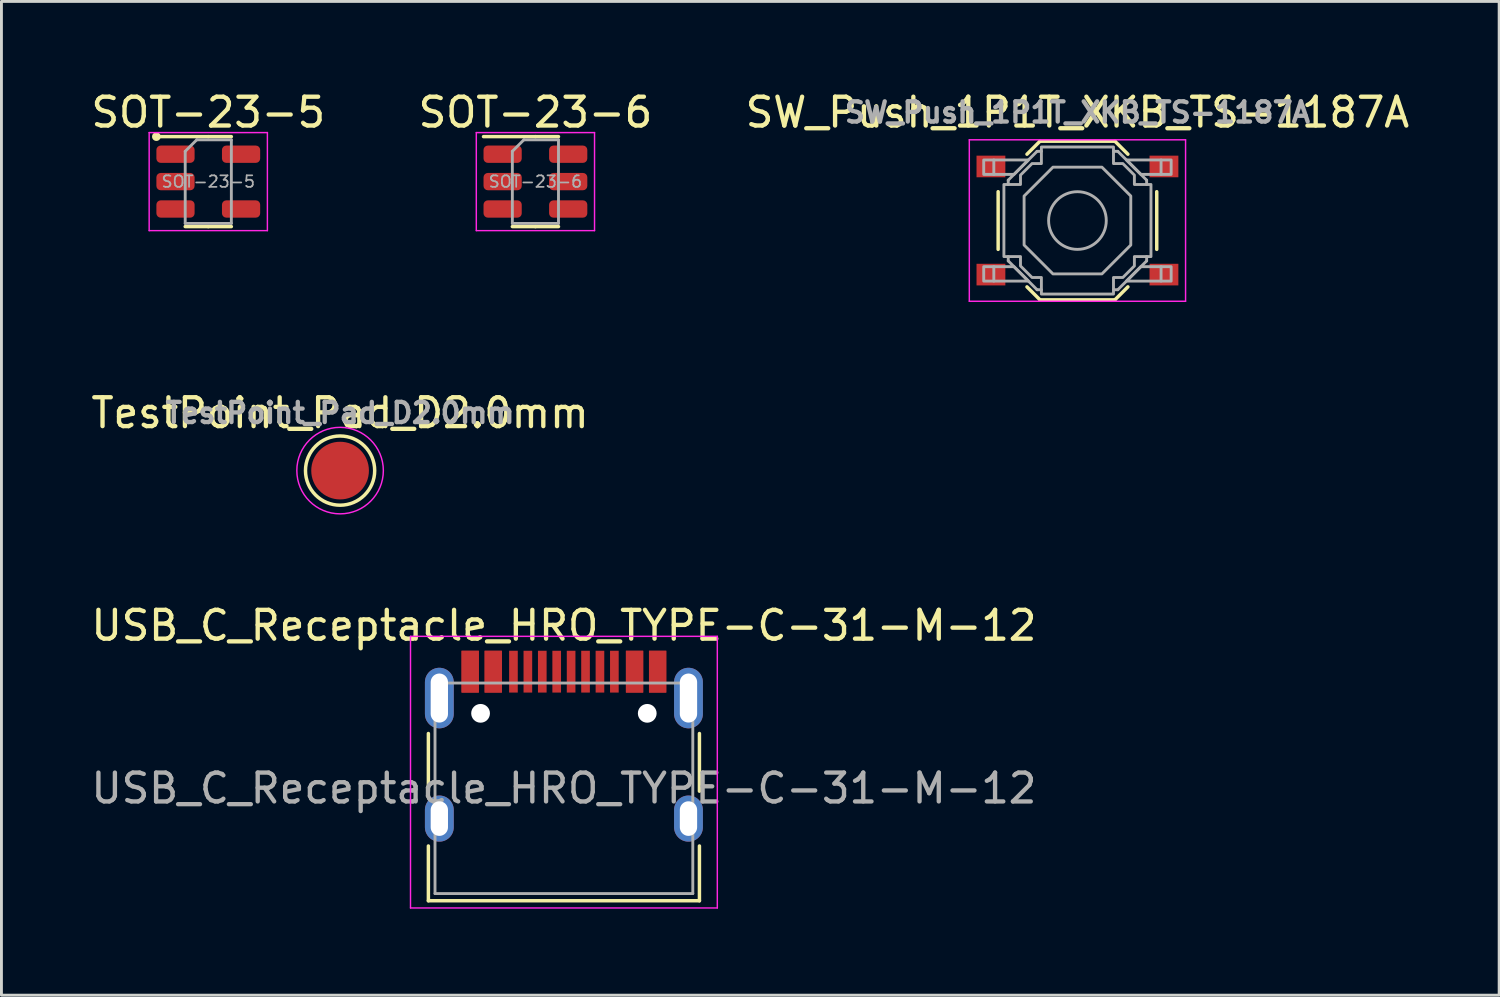
<source format=kicad_pcb>
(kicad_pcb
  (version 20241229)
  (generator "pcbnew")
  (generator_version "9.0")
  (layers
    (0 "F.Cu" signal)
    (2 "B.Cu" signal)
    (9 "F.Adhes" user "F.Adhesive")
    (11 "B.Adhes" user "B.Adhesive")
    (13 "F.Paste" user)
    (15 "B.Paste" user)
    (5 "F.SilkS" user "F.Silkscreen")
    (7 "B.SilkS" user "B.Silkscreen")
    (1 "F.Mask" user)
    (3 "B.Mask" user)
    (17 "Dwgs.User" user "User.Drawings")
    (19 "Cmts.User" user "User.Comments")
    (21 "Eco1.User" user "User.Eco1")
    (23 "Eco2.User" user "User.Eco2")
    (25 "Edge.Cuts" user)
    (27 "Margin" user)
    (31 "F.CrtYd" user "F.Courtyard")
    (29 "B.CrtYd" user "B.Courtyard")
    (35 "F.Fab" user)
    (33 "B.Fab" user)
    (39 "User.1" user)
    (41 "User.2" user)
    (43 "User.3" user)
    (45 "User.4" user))
  (footprint "SOT-23-6"
    (layer "F.Cu")
    (at 15.518 3.248)
    (property "Reference" "SOT-23-6" (at 0 -2.4 0) (layer "F.SilkS") (effects (font (size 1 1) (thickness 0.15))))
    (attr smd)
    (fp_line (start 0 -1.56) (end -1.8 -1.56) (stroke (width 0.12) (type solid)) (layer "F.SilkS"))
    (fp_line (start 0 -1.56) (end 0.8 -1.56) (stroke (width 0.12) (type solid)) (layer "F.SilkS"))
    (fp_line (start 0 1.56) (end -0.8 1.56) (stroke (width 0.12) (type solid)) (layer "F.SilkS"))
    (fp_line (start 0 1.56) (end 0.8 1.56) (stroke (width 0.12) (type solid)) (layer "F.SilkS"))
    (fp_line (start -2.05 -1.7) (end -2.05 1.7) (stroke (width 0.05) (type solid)) (layer "F.CrtYd"))
    (fp_line (start -2.05 1.7) (end 2.05 1.7) (stroke (width 0.05) (type solid)) (layer "F.CrtYd"))
    (fp_line (start 2.05 -1.7) (end -2.05 -1.7) (stroke (width 0.05) (type solid)) (layer "F.CrtYd"))
    (fp_line (start 2.05 1.7) (end 2.05 -1.7) (stroke (width 0.05) (type solid)) (layer "F.CrtYd"))
    (fp_line (start -0.8 -1.05) (end -0.4 -1.45) (stroke (width 0.1) (type solid)) (layer "F.Fab"))
    (fp_line (start -0.8 1.45) (end -0.8 -1.05) (stroke (width 0.1) (type solid)) (layer "F.Fab"))
    (fp_line (start -0.4 -1.45) (end 0.8 -1.45) (stroke (width 0.1) (type solid)) (layer "F.Fab"))
    (fp_line (start 0.8 -1.45) (end 0.8 1.45) (stroke (width 0.1) (type solid)) (layer "F.Fab"))
    (fp_line (start 0.8 1.45) (end -0.8 1.45) (stroke (width 0.1) (type solid)) (layer "F.Fab"))
    (fp_text user "${REFERENCE}" (at 0 0 0) (layer "F.Fab") (effects (font (size 0.4 0.4) (thickness 0.06))))
    (pad "1" smd roundrect (at -1.137 -0.95) (size 1.325 0.6) (layers "F.Cu" "F.Mask" "F.Paste") (roundrect_rratio 0.25))
    (pad "2" smd roundrect (at -1.137 0) (size 1.325 0.6) (layers "F.Cu" "F.Mask" "F.Paste") (roundrect_rratio 0.25))
    (pad "3" smd roundrect (at -1.137 0.95) (size 1.325 0.6) (layers "F.Cu" "F.Mask" "F.Paste") (roundrect_rratio 0.25))
    (pad "4" smd roundrect (at 1.137 0.95) (size 1.325 0.6) (layers "F.Cu" "F.Mask" "F.Paste") (roundrect_rratio 0.25))
    (pad "5" smd roundrect (at 1.137 0) (size 1.325 0.6) (layers "F.Cu" "F.Mask" "F.Paste") (roundrect_rratio 0.25))
    (pad "6" smd roundrect (at 1.137 -0.95) (size 1.325 0.6) (layers "F.Cu" "F.Mask" "F.Paste") (roundrect_rratio 0.25)))
  (footprint "TestPoint_Pad_D2.0mm"
    (layer "F.Cu")
    (at 8.744 13.27)
    (property "Reference" "TestPoint_Pad_D2.0mm" (at 0 -1.998 0) (layer "F.SilkS") (effects (font (size 1 1) (thickness 0.15))))
    (attr exclude_from_pos_files exclude_from_bom)
    (fp_circle (center 0 0) (end 0 1.2) (stroke (width 0.12) (type solid)) (fill no) (layer "F.SilkS"))
    (fp_circle (center 0 0) (end 1.5 0) (stroke (width 0.05) (type solid)) (fill no) (layer "F.CrtYd"))
    (fp_text user "${REFERENCE}" (at 0 -2 0) (layer "F.Fab") (effects (font (size 0.7 0.7) (thickness 0.15))))
    (pad "1" smd circle (at 0 0) (size 2 2) (layers "F.Cu" "F.Mask")))
  (footprint "USB_C_Receptacle_HRO_TYPE-C-31-M-12"
    (layer "F.Cu")
    (at 16.506 24.288)
    (property "Reference" "USB_C_Receptacle_HRO_TYPE-C-31-M-12" (at 0 -5.645 180) (layer "F.SilkS") (effects (font (size 1 1) (thickness 0.15))))
    (attr smd)
    (fp_line (start -4.7 -1.9) (end -4.7 0.1) (stroke (width 0.12) (type solid)) (layer "F.SilkS"))
    (fp_line (start -4.7 2) (end -4.7 3.9) (stroke (width 0.12) (type solid)) (layer "F.SilkS"))
    (fp_line (start -4.7 3.9) (end 4.7 3.9) (stroke (width 0.12) (type solid)) (layer "F.SilkS"))
    (fp_line (start 4.7 -1.9) (end 4.7 0.1) (stroke (width 0.12) (type solid)) (layer "F.SilkS"))
    (fp_line (start 4.7 2) (end 4.7 3.9) (stroke (width 0.12) (type solid)) (layer "F.SilkS"))
    (fp_line (start -5.32 -5.27) (end -5.32 4.15) (stroke (width 0.05) (type solid)) (layer "F.CrtYd"))
    (fp_line (start -5.32 -5.27) (end 5.32 -5.27) (stroke (width 0.05) (type solid)) (layer "F.CrtYd"))
    (fp_line (start -5.32 4.15) (end 5.32 4.15) (stroke (width 0.05) (type solid)) (layer "F.CrtYd"))
    (fp_line (start 5.32 -5.27) (end 5.32 4.15) (stroke (width 0.05) (type solid)) (layer "F.CrtYd"))
    (fp_line (start -4.47 -3.65) (end -4.47 3.65) (stroke (width 0.1) (type solid)) (layer "F.Fab"))
    (fp_line (start -4.47 -3.65) (end 4.47 -3.65) (stroke (width 0.1) (type solid)) (layer "F.Fab"))
    (fp_line (start -4.47 3.65) (end 4.47 3.65) (stroke (width 0.1) (type solid)) (layer "F.Fab"))
    (fp_line (start 4.47 -3.65) (end 4.47 3.65) (stroke (width 0.1) (type solid)) (layer "F.Fab"))
    (fp_text user "${REFERENCE}" (at 0 0 180) (layer "F.Fab") (effects (font (size 1 1) (thickness 0.15))))
    (pad "" np_thru_hole circle (at -2.89 -2.6) (size 0.65 0.65) (drill 0.65) (layers "*.Cu" "*.Mask"))
    (pad "" np_thru_hole circle (at 2.89 -2.6) (size 0.65 0.65) (drill 0.65) (layers "*.Cu" "*.Mask"))
    (pad "A1" smd rect (at -3.25 -4.045) (size 0.6 1.45) (layers "F.Cu" "F.Mask" "F.Paste"))
    (pad "A4" smd rect (at -2.45 -4.045) (size 0.6 1.45) (layers "F.Cu" "F.Mask" "F.Paste"))
    (pad "A5" smd rect (at -1.25 -4.045) (size 0.3 1.45) (layers "F.Cu" "F.Mask" "F.Paste"))
    (pad "A6" smd rect (at -0.25 -4.045) (size 0.3 1.45) (layers "F.Cu" "F.Mask" "F.Paste"))
    (pad "A7" smd rect (at 0.25 -4.045) (size 0.3 1.45) (layers "F.Cu" "F.Mask" "F.Paste"))
    (pad "A8" smd rect (at 1.25 -4.045) (size 0.3 1.45) (layers "F.Cu" "F.Mask" "F.Paste"))
    (pad "A9" smd rect (at 2.45 -4.045) (size 0.6 1.45) (layers "F.Cu" "F.Mask" "F.Paste"))
    (pad "A12" smd rect (at 3.25 -4.045) (size 0.6 1.45) (layers "F.Cu" "F.Mask" "F.Paste"))
    (pad "B1" smd rect (at 3.25 -4.045) (size 0.6 1.45) (layers "F.Cu" "F.Mask" "F.Paste"))
    (pad "B4" smd rect (at 2.45 -4.045) (size 0.6 1.45) (layers "F.Cu" "F.Mask" "F.Paste"))
    (pad "B5" smd rect (at 1.75 -4.045) (size 0.3 1.45) (layers "F.Cu" "F.Mask" "F.Paste"))
    (pad "B6" smd rect (at 0.75 -4.045) (size 0.3 1.45) (layers "F.Cu" "F.Mask" "F.Paste"))
    (pad "B7" smd rect (at -0.75 -4.045) (size 0.3 1.45) (layers "F.Cu" "F.Mask" "F.Paste"))
    (pad "B8" smd rect (at -1.75 -4.045) (size 0.3 1.45) (layers "F.Cu" "F.Mask" "F.Paste"))
    (pad "B9" smd rect (at -2.45 -4.045) (size 0.6 1.45) (layers "F.Cu" "F.Mask" "F.Paste"))
    (pad "B12" smd rect (at -3.25 -4.045) (size 0.6 1.45) (layers "F.Cu" "F.Mask" "F.Paste"))
    (pad "S1" thru_hole oval (at -4.32 -3.13) (size 1 2.1) (drill oval 0.6 1.7) (layers "*.Cu" "*.Mask"))
    (pad "S1" thru_hole oval (at -4.32 1.05) (size 1 1.6) (drill oval 0.6 1.2) (layers "*.Cu" "*.Mask"))
    (pad "S1" thru_hole oval (at 4.32 -3.13) (size 1 2.1) (drill oval 0.6 1.7) (layers "*.Cu" "*.Mask"))
    (pad "S1" thru_hole oval (at 4.32 1.05) (size 1 1.6) (drill oval 0.6 1.2) (layers "*.Cu" "*.Mask")))
  (footprint "SW_Push_1P1T_XKB_TS-1187A"
    (layer "F.Cu")
    (at 34.315 4.598)
    (property "Reference" "SW_Push_1P1T_XKB_TS-1187A" (at 0 -3.75 180) (layer "F.SilkS") (effects (font (size 1 1) (thickness 0.15))))
    (attr smd)
    (fp_line (start -2.75 -1) (end -2.75 1) (stroke (width 0.12) (type solid)) (layer "F.SilkS"))
    (fp_line (start -1.75 -2.3) (end -1.3 -2.75) (stroke (width 0.12) (type solid)) (layer "F.SilkS"))
    (fp_line (start -1.75 2.3) (end -1.3 2.75) (stroke (width 0.12) (type solid)) (layer "F.SilkS"))
    (fp_line (start -1.3 -2.75) (end 1.3 -2.75) (stroke (width 0.12) (type solid)) (layer "F.SilkS"))
    (fp_line (start -1.3 2.75) (end 1.3 2.75) (stroke (width 0.12) (type solid)) (layer "F.SilkS"))
    (fp_line (start 1.75 -2.3) (end 1.3 -2.75) (stroke (width 0.12) (type solid)) (layer "F.SilkS"))
    (fp_line (start 1.75 2.3) (end 1.3 2.75) (stroke (width 0.12) (type solid)) (layer "F.SilkS"))
    (fp_line (start 2.75 -1) (end 2.75 1) (stroke (width 0.12) (type solid)) (layer "F.SilkS"))
    (fp_line (start -3.75 -2.8) (end 3.75 -2.8) (stroke (width 0.05) (type solid)) (layer "F.CrtYd"))
    (fp_line (start -3.75 2.8) (end -3.75 -2.8) (stroke (width 0.05) (type solid)) (layer "F.CrtYd"))
    (fp_line (start 3.75 -2.8) (end 3.75 2.8) (stroke (width 0.05) (type solid)) (layer "F.CrtYd"))
    (fp_line (start 3.75 2.8) (end -3.75 2.8) (stroke (width 0.05) (type solid)) (layer "F.CrtYd"))
    (fp_line (start -2.9 -2.1) (end -2.9 -1.6) (stroke (width 0.1) (type solid)) (layer "F.Fab"))
    (fp_line (start -2.9 2.1) (end -2.9 1.6) (stroke (width 0.1) (type solid)) (layer "F.Fab"))
    (fp_line (start -2.4 -1.4) (end -1.4 -2.4) (stroke (width 0.1) (type solid)) (layer "F.Fab"))
    (fp_line (start -2.4 -1.25) (end -2.4 -1.4) (stroke (width 0.1) (type solid)) (layer "F.Fab"))
    (fp_line (start -2.4 1.4) (end -2.4 1.25) (stroke (width 0.1) (type solid)) (layer "F.Fab"))
    (fp_line (start -1.4 -2.4) (end -1.25 -2.4) (stroke (width 0.1) (type solid)) (layer "F.Fab"))
    (fp_line (start -1.4 2.4) (end -2.4 1.4) (stroke (width 0.1) (type solid)) (layer "F.Fab"))
    (fp_line (start -1.25 2.4) (end -1.4 2.4) (stroke (width 0.1) (type solid)) (layer "F.Fab"))
    (fp_line (start 1.25 -2.4) (end 1.4 -2.4) (stroke (width 0.1) (type solid)) (layer "F.Fab"))
    (fp_line (start 1.4 -2.4) (end 2.4 -1.4) (stroke (width 0.1) (type solid)) (layer "F.Fab"))
    (fp_line (start 1.4 2.4) (end 1.25 2.4) (stroke (width 0.1) (type solid)) (layer "F.Fab"))
    (fp_line (start 2.4 -1.4) (end 2.4 -1.25) (stroke (width 0.1) (type solid)) (layer "F.Fab"))
    (fp_line (start 2.4 1.25) (end 2.4 1.4) (stroke (width 0.1) (type solid)) (layer "F.Fab"))
    (fp_line (start 2.4 1.4) (end 1.4 2.4) (stroke (width 0.1) (type solid)) (layer "F.Fab"))
    (fp_line (start 2.9 -2.1) (end 2.9 -1.6) (stroke (width 0.1) (type solid)) (layer "F.Fab"))
    (fp_line (start 2.9 2.1) (end 2.9 1.6) (stroke (width 0.1) (type solid)) (layer "F.Fab"))
    (fp_circle (center 0 0) (end 1 0) (stroke (width 0.1) (type solid)) (fill no) (layer "F.Fab"))
    (fp_poly (pts (xy -1.7 -2.1) (xy -2.2 -1.6) (xy -3.25 -1.6) (xy -3.25 -2.1)) (stroke (width 0.1) (type solid)) (fill no) (layer "F.Fab"))
    (fp_poly (pts (xy -1.7 2.1) (xy -2.2 1.6) (xy -3.25 1.6) (xy -3.25 2.1)) (stroke (width 0.1) (type solid)) (fill no) (layer "F.Fab"))
    (fp_poly (pts (xy 1.7 -2.1) (xy 2.2 -1.6) (xy 3.25 -1.6) (xy 3.25 -2.1)) (stroke (width 0.1) (type solid)) (fill no) (layer "F.Fab"))
    (fp_poly (pts (xy 1.7 2.1) (xy 2.2 1.6) (xy 3.25 1.6) (xy 3.25 2.1)) (stroke (width 0.1) (type solid)) (fill no) (layer "F.Fab"))
    (fp_poly (pts (xy 0.85 -1.85) (xy 1.85 -0.85) (xy 1.85 0.85) (xy 0.85 1.85) (xy -0.85 1.85) (xy -1.85 0.85) (xy -1.85 -0.85) (xy -0.85 -1.85)) (stroke (width 0.1) (type solid)) (fill no) (layer "F.Fab"))
    (fp_poly (pts (xy -1.25 -2.55) (xy 1.25 -2.55) (xy 1.25 -1.975) (xy 1.575 -1.975) (xy 1.975 -1.575) (xy 1.975 -1.25) (xy 2.55 -1.25) (xy 2.55 1.25) (xy 1.975 1.25) (xy 1.975 1.575) (xy 1.575 1.975) (xy 1.25 1.975) (xy 1.25 2.55) (xy -1.25 2.55) (xy -1.25 1.975) (xy -1.575 1.975) (xy -1.975 1.575) (xy -1.975 1.25) (xy -2.55 1.25) (xy -2.55 -1.25) (xy -1.975 -1.25) (xy -1.975 -1.575) (xy -1.575 -1.975) (xy -1.25 -1.975)) (stroke (width 0.1) (type solid)) (fill no) (layer "F.Fab"))
    (fp_text user "${REFERENCE}" (at 0 -3.75 180) (layer "F.Fab") (effects (font (size 0.7 0.7) (thickness 0.15))))
    (pad "1" smd rect (at -3 -1.875) (size 1 0.75) (layers "F.Cu" "F.Mask" "F.Paste"))
    (pad "1" smd rect (at 3 -1.875) (size 1 0.75) (layers "F.Cu" "F.Mask" "F.Paste"))
    (pad "2" smd rect (at -3 1.875) (size 1 0.75) (layers "F.Cu" "F.Mask" "F.Paste"))
    (pad "2" smd rect (at 3 1.875) (size 1 0.75) (layers "F.Cu" "F.Mask" "F.Paste")))
  (footprint "SOT-23-5"
    (layer "F.Cu")
    (at 4.173 3.248)
    (property "Reference" "SOT-23-5" (at 0 -2.4 0) (layer "F.SilkS") (effects (font (size 1 1) (thickness 0.15))))
    (attr smd)
    (fp_line (start 0 -1.56) (end -1.8 -1.56) (stroke (width 0.12) (type solid)) (layer "F.SilkS"))
    (fp_line (start 0 -1.56) (end 0.8 -1.56) (stroke (width 0.12) (type solid)) (layer "F.SilkS"))
    (fp_line (start 0 1.56) (end -0.8 1.56) (stroke (width 0.12) (type solid)) (layer "F.SilkS"))
    (fp_line (start 0 1.56) (end 0.8 1.56) (stroke (width 0.12) (type solid)) (layer "F.SilkS"))
    (fp_circle (center -1.8 -1.56) (end -1.7 -1.56) (stroke (width 0.1) (type solid)) (fill yes) (layer "F.SilkS"))
    (fp_line (start -2.05 -1.7) (end -2.05 1.7) (stroke (width 0.05) (type solid)) (layer "F.CrtYd"))
    (fp_line (start -2.05 1.7) (end 2.05 1.7) (stroke (width 0.05) (type solid)) (layer "F.CrtYd"))
    (fp_line (start 2.05 -1.7) (end -2.05 -1.7) (stroke (width 0.05) (type solid)) (layer "F.CrtYd"))
    (fp_line (start 2.05 1.7) (end 2.05 -1.7) (stroke (width 0.05) (type solid)) (layer "F.CrtYd"))
    (fp_line (start -0.8 -1.05) (end -0.4 -1.45) (stroke (width 0.1) (type solid)) (layer "F.Fab"))
    (fp_line (start -0.8 1.45) (end -0.8 -1.05) (stroke (width 0.1) (type solid)) (layer "F.Fab"))
    (fp_line (start -0.4 -1.45) (end 0.8 -1.45) (stroke (width 0.1) (type solid)) (layer "F.Fab"))
    (fp_line (start 0.8 -1.45) (end 0.8 1.45) (stroke (width 0.1) (type solid)) (layer "F.Fab"))
    (fp_line (start 0.8 1.45) (end -0.8 1.45) (stroke (width 0.1) (type solid)) (layer "F.Fab"))
    (fp_text user "${REFERENCE}" (at 0 0 0) (layer "F.Fab") (effects (font (size 0.4 0.4) (thickness 0.06))))
    (pad "1" smd roundrect (at -1.137 -0.95) (size 1.325 0.6) (layers "F.Cu" "F.Mask" "F.Paste") (roundrect_rratio 0.25))
    (pad "2" smd roundrect (at -1.137 0) (size 1.325 0.6) (layers "F.Cu" "F.Mask" "F.Paste") (roundrect_rratio 0.25))
    (pad "3" smd roundrect (at -1.137 0.95) (size 1.325 0.6) (layers "F.Cu" "F.Mask" "F.Paste") (roundrect_rratio 0.25))
    (pad "4" smd roundrect (at 1.137 0.95) (size 1.325 0.6) (layers "F.Cu" "F.Mask" "F.Paste") (roundrect_rratio 0.25))
    (pad "5" smd roundrect (at 1.137 -0.95) (size 1.325 0.6) (layers "F.Cu" "F.Mask" "F.Paste") (roundrect_rratio 0.25)))
  (gr_rect
    (start -3 -3)
    (end 48.94 31.463)
    (stroke (width 0.1) (type default))
    (fill no)
    (layer "Edge.Cuts")))
</source>
